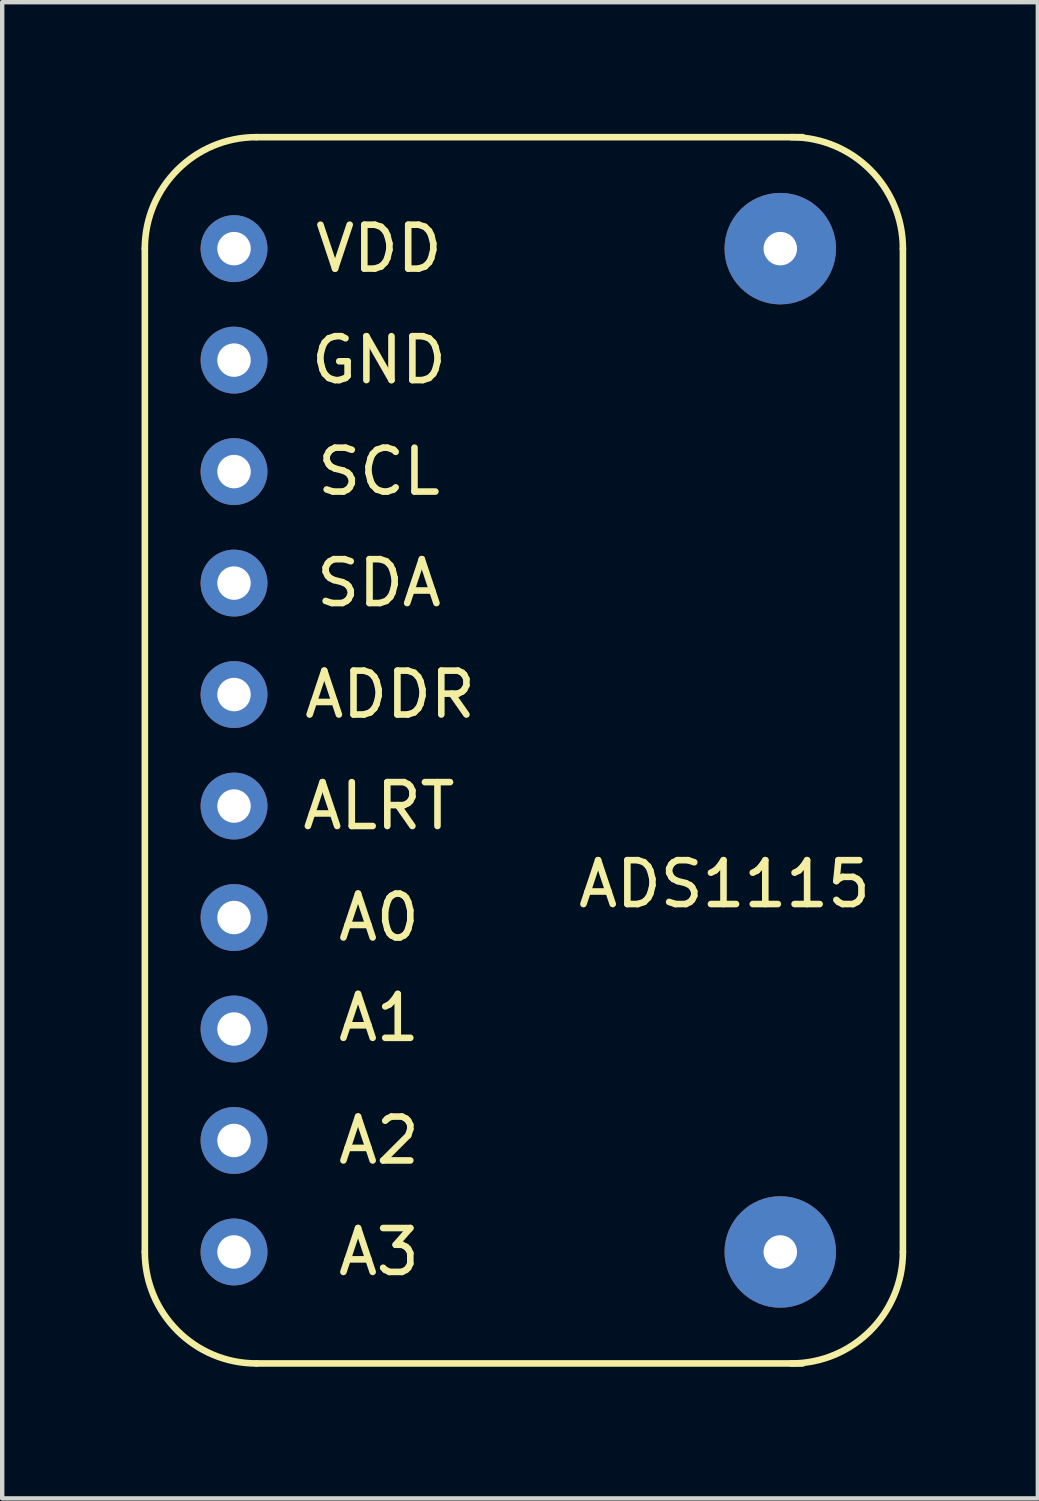
<source format=kicad_pcb>
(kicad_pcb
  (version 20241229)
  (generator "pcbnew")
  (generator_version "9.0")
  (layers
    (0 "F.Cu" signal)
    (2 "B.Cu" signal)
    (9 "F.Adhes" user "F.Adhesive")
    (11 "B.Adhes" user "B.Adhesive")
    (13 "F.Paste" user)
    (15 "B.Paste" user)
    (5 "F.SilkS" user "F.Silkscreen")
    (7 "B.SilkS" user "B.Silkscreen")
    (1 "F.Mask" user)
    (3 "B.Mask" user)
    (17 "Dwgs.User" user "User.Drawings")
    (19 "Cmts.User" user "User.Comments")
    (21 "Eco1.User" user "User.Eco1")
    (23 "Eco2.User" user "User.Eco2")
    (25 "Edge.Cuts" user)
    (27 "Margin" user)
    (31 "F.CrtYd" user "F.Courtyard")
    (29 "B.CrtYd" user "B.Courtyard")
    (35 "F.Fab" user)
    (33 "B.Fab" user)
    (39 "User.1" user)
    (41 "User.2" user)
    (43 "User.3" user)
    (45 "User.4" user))
  (footprint "ADS1115"
    (layer "F.Cu")
    (at 0.25 15.315)
    (property "Reference" "ADS1115" (at 13.208 1.778 0) (layer "F.SilkS") (effects (font (size 1 1) (thickness 0.15))))
    (attr through_hole)
    (fp_line (start 0 -12.7) (end 0 10.16) (stroke (width 0.15) (type solid)) (layer "F.SilkS"))
    (fp_line (start 2.54 -15.24) (end 14.986 -15.24) (stroke (width 0.15) (type solid)) (layer "F.SilkS"))
    (fp_line (start 2.54 12.7) (end 14.986 12.7) (stroke (width 0.15) (type solid)) (layer "F.SilkS"))
    (fp_line (start 17.272 -12.7) (end 17.272 10.16) (stroke (width 0.15) (type solid)) (layer "F.SilkS"))
    (fp_arc (start 0 -12.7) (mid 0.743949 -14.496051) (end 2.54 -15.24) (stroke (width 0.15) (type solid)) (layer "F.SilkS"))
    (fp_arc (start 2.54 12.7) (mid 0.743949 11.956051) (end 0 10.16) (stroke (width 0.15) (type solid)) (layer "F.SilkS"))
    (fp_arc (start 14.732 -15.24) (mid 16.528051 -14.496051) (end 17.272 -12.7) (stroke (width 0.15) (type solid)) (layer "F.SilkS"))
    (fp_arc (start 17.272 10.16) (mid 16.528051 11.956051) (end 14.732 12.7) (stroke (width 0.15) (type solid)) (layer "F.SilkS"))
    (fp_text user "A2" (at 5.334 7.62 0) (layer "F.SilkS") (effects (font (size 1 1) (thickness 0.15))))
    (fp_text user "GND" (at 5.334 -10.16 0) (layer "F.SilkS") (effects (font (size 1 1) (thickness 0.15))))
    (fp_text user "A0" (at 5.334 2.54 0) (layer "F.SilkS") (effects (font (size 1 1) (thickness 0.15))))
    (fp_text user "ALRT" (at 5.334 0 0) (layer "F.SilkS") (effects (font (size 1 1) (thickness 0.15))))
    (fp_text user "A1" (at 5.334 4.826 0) (layer "F.SilkS") (effects (font (size 1 1) (thickness 0.15))))
    (fp_text user "VDD" (at 5.334 -12.7 0) (layer "F.SilkS") (effects (font (size 1 1) (thickness 0.15))))
    (fp_text user "A3" (at 5.334 10.16 0) (layer "F.SilkS") (effects (font (size 1 1) (thickness 0.15))))
    (fp_text user "SCL" (at 5.334 -7.62 0) (layer "F.SilkS") (effects (font (size 1 1) (thickness 0.15))))
    (fp_text user "ADDR" (at 5.588 -2.54 0) (layer "F.SilkS") (effects (font (size 1 1) (thickness 0.15))))
    (fp_text user "SDA" (at 5.334 -5.08 0) (layer "F.SilkS") (effects (font (size 1 1) (thickness 0.15))))
    (pad "" np_thru_hole circle (at 14.478 -12.7) (size 2.54 2.54) (drill 0.762) (layers "*.Cu" "*.Mask"))
    (pad "" np_thru_hole circle (at 14.478 10.16) (size 2.54 2.54) (drill 0.762) (layers "*.Cu" "*.Mask"))
    (pad "1" thru_hole circle (at 2.032 -12.7) (size 1.524 1.524) (drill 0.762) (layers "*.Cu" "*.Mask"))
    (pad "2" thru_hole circle (at 2.032 -10.16) (size 1.524 1.524) (drill 0.762) (layers "*.Cu" "*.Mask"))
    (pad "3" thru_hole circle (at 2.032 -7.62) (size 1.524 1.524) (drill 0.762) (layers "*.Cu" "*.Mask"))
    (pad "4" thru_hole circle (at 2.032 -5.08) (size 1.524 1.524) (drill 0.762) (layers "*.Cu" "*.Mask"))
    (pad "5" thru_hole circle (at 2.032 -2.54) (size 1.524 1.524) (drill 0.762) (layers "*.Cu" "*.Mask"))
    (pad "6" thru_hole circle (at 2.032 0) (size 1.524 1.524) (drill 0.762) (layers "*.Cu" "*.Mask"))
    (pad "7" thru_hole circle (at 2.032 2.54) (size 1.524 1.524) (drill 0.762) (layers "*.Cu" "*.Mask"))
    (pad "8" thru_hole circle (at 2.032 5.08) (size 1.524 1.524) (drill 0.762) (layers "*.Cu" "*.Mask"))
    (pad "9" thru_hole circle (at 2.032 7.62) (size 1.524 1.524) (drill 0.762) (layers "*.Cu" "*.Mask"))
    (pad "10" thru_hole circle (at 2.032 10.16) (size 1.524 1.524) (drill 0.762) (layers "*.Cu" "*.Mask")))
  (gr_rect
    (start -3 -3)
    (end 20.597 31.09)
    (stroke (width 0.1) (type default))
    (fill no)
    (layer "Edge.Cuts")))
</source>
